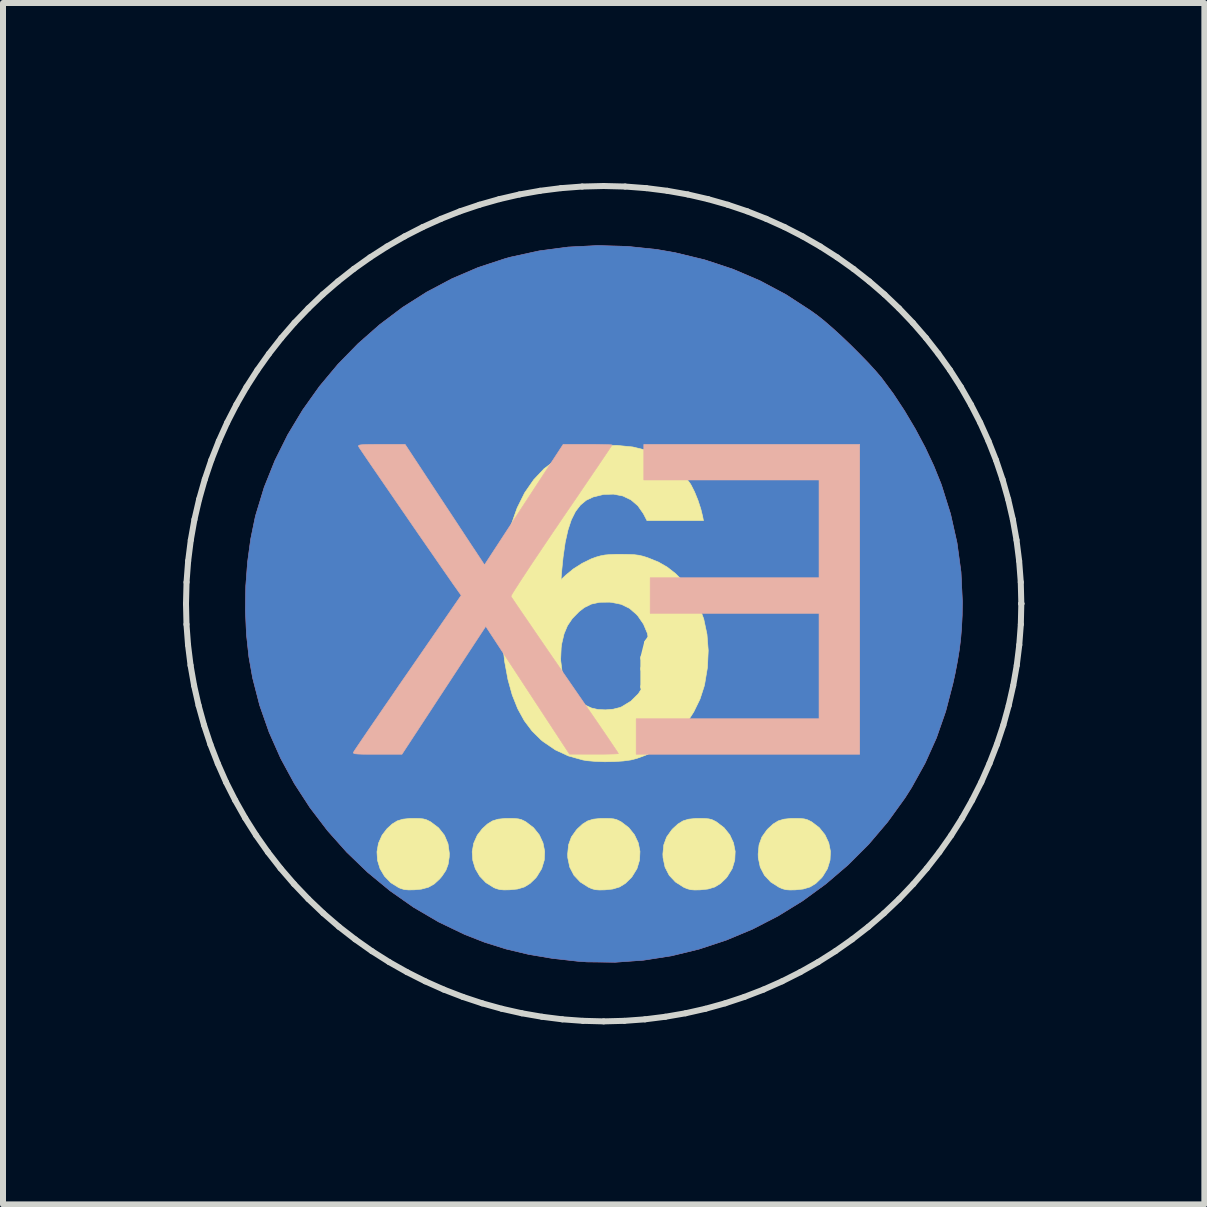
<source format=kicad_pcb>
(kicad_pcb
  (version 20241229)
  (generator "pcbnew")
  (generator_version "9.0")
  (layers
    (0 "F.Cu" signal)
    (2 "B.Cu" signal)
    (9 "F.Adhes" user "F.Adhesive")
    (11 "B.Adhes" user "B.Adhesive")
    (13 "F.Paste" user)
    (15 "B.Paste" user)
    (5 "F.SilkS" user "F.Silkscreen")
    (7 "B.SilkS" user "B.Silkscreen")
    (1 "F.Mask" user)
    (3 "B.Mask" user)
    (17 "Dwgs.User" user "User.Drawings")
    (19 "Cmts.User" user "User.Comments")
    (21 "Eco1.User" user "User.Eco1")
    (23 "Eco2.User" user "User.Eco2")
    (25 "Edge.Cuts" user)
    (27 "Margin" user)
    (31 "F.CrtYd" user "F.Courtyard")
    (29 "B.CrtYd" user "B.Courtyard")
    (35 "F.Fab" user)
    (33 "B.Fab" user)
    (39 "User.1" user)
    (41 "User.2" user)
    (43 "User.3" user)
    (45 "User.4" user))
  (footprint "6"
    (layer "F.Cu")
    (at 8.061 8.061)
    (property "Reference" "6" (at 0 0 0) (layer "F.SilkS") (effects (font (size 1.27 1.27) (thickness 0.15))))
    (attr through_hole)
    (fp_poly (pts (xy -0.654 -7.004) (xy -0.162 -6.952) (xy 0.141 -6.899) (xy 0.632 -6.78) (xy 1.104 -6.624) (xy 1.555 -6.431) (xy 1.988 -6.2) (xy 2.402 -5.931) (xy 2.517 -5.848) (xy 2.632 -5.756) (xy 2.767 -5.639) (xy 2.914 -5.505) (xy 3.067 -5.359) (xy 3.217 -5.209) (xy 3.358 -5.064) (xy 3.482 -4.928) (xy 3.582 -4.811) (xy 3.586 -4.805) (xy 3.776 -4.549) (xy 3.963 -4.265) (xy 4.143 -3.962) (xy 4.308 -3.652) (xy 4.452 -3.345) (xy 4.57 -3.053) (xy 4.58 -3.026) (xy 4.731 -2.544) (xy 4.839 -2.062) (xy 4.905 -1.577) (xy 4.928 -1.09) (xy 4.925 -0.857) (xy 4.915 -0.654) (xy 4.9 -0.468) (xy 4.878 -0.286) (xy 4.847 -0.096) (xy 4.807 0.113) (xy 4.771 0.278) (xy 4.65 0.744) (xy 4.496 1.186) (xy 4.307 1.607) (xy 4.082 2.013) (xy 3.971 2.188) (xy 3.683 2.587) (xy 3.366 2.96) (xy 3.022 3.304) (xy 2.654 3.619) (xy 2.265 3.903) (xy 1.856 4.155) (xy 1.431 4.374) (xy 0.991 4.558) (xy 0.54 4.707) (xy 0.08 4.819) (xy -0.387 4.892) (xy -0.858 4.926) (xy -1.331 4.92) (xy -1.482 4.909) (xy -1.908 4.861) (xy -2.303 4.794) (xy -2.676 4.705) (xy -3.033 4.593) (xy -3.365 4.463) (xy -3.8 4.254) (xy -4.217 4.01) (xy -4.612 3.733) (xy -4.984 3.426) (xy -5.331 3.092) (xy -5.651 2.733) (xy -5.943 2.35) (xy -6.204 1.948) (xy -6.432 1.528) (xy -6.625 1.093) (xy -6.782 0.645) (xy -6.9 0.187) (xy -6.962 -0.162) (xy -7.003 -0.543) (xy -7.02 -0.94) (xy -7.014 -1.343) (xy -6.984 -1.742) (xy -6.932 -2.126) (xy -6.858 -2.485) (xy -6.847 -2.529) (xy -6.707 -2.989) (xy -6.528 -3.435) (xy -6.314 -3.865) (xy -6.066 -4.277) (xy -5.787 -4.669) (xy -5.479 -5.038) (xy -5.143 -5.382) (xy -4.783 -5.699) (xy -4.401 -5.987) (xy -3.997 -6.243) (xy -3.576 -6.466) (xy -3.139 -6.653) (xy -2.688 -6.801) (xy -2.596 -6.826) (xy -2.124 -6.929) (xy -1.64 -6.993) (xy -1.148 -7.018) (xy -0.654 -7.004)) (stroke (width 0.01) (type solid)) (fill yes) (layer "F.Cu"))
    (fp_poly (pts (xy -0.654 -7.004) (xy -0.162 -6.952) (xy 0.141 -6.899) (xy 0.632 -6.78) (xy 1.104 -6.624) (xy 1.555 -6.431) (xy 1.988 -6.2) (xy 2.402 -5.931) (xy 2.517 -5.848) (xy 2.632 -5.756) (xy 2.767 -5.639) (xy 2.914 -5.505) (xy 3.067 -5.359) (xy 3.217 -5.209) (xy 3.358 -5.064) (xy 3.482 -4.928) (xy 3.582 -4.811) (xy 3.586 -4.805) (xy 3.776 -4.549) (xy 3.963 -4.265) (xy 4.143 -3.962) (xy 4.308 -3.652) (xy 4.452 -3.345) (xy 4.57 -3.053) (xy 4.58 -3.026) (xy 4.731 -2.544) (xy 4.839 -2.062) (xy 4.905 -1.577) (xy 4.928 -1.09) (xy 4.925 -0.857) (xy 4.915 -0.654) (xy 4.9 -0.468) (xy 4.878 -0.286) (xy 4.847 -0.096) (xy 4.807 0.113) (xy 4.771 0.278) (xy 4.65 0.744) (xy 4.496 1.186) (xy 4.307 1.607) (xy 4.082 2.013) (xy 3.971 2.188) (xy 3.683 2.587) (xy 3.366 2.96) (xy 3.022 3.304) (xy 2.654 3.619) (xy 2.265 3.903) (xy 1.856 4.155) (xy 1.431 4.374) (xy 0.991 4.558) (xy 0.54 4.707) (xy 0.08 4.819) (xy -0.387 4.892) (xy -0.858 4.926) (xy -1.331 4.92) (xy -1.482 4.909) (xy -1.908 4.861) (xy -2.303 4.794) (xy -2.676 4.705) (xy -3.033 4.593) (xy -3.365 4.463) (xy -3.8 4.254) (xy -4.217 4.01) (xy -4.612 3.733) (xy -4.984 3.426) (xy -5.331 3.092) (xy -5.651 2.733) (xy -5.943 2.35) (xy -6.204 1.948) (xy -6.432 1.528) (xy -6.625 1.093) (xy -6.782 0.645) (xy -6.9 0.187) (xy -6.962 -0.162) (xy -7.003 -0.543) (xy -7.02 -0.94) (xy -7.014 -1.343) (xy -6.984 -1.742) (xy -6.932 -2.126) (xy -6.858 -2.485) (xy -6.847 -2.529) (xy -6.707 -2.989) (xy -6.528 -3.435) (xy -6.314 -3.865) (xy -6.066 -4.277) (xy -5.787 -4.669) (xy -5.479 -5.038) (xy -5.143 -5.382) (xy -4.783 -5.699) (xy -4.401 -5.987) (xy -3.997 -6.243) (xy -3.576 -6.466) (xy -3.139 -6.653) (xy -2.688 -6.801) (xy -2.596 -6.826) (xy -2.124 -6.929) (xy -1.64 -6.993) (xy -1.148 -7.018) (xy -0.654 -7.004)) (stroke (width 0.01) (type solid)) (fill yes) (layer "B.Cu"))
    (fp_poly (pts (xy -2.539 2.531) (xy -2.472 2.537) (xy -2.42 2.55) (xy -2.37 2.574) (xy -2.346 2.587) (xy -2.219 2.684) (xy -2.123 2.803) (xy -2.061 2.937) (xy -2.033 3.079) (xy -2.04 3.225) (xy -2.083 3.367) (xy -2.164 3.499) (xy -2.184 3.524) (xy -2.276 3.613) (xy -2.372 3.672) (xy -2.485 3.706) (xy -2.614 3.719) (xy -2.711 3.721) (xy -2.782 3.715) (xy -2.842 3.698) (xy -2.879 3.683) (xy -3.012 3.6) (xy -3.116 3.492) (xy -3.189 3.367) (xy -3.231 3.229) (xy -3.241 3.086) (xy -3.216 2.944) (xy -3.156 2.809) (xy -3.073 2.702) (xy -2.987 2.623) (xy -2.903 2.571) (xy -2.809 2.542) (xy -2.69 2.53) (xy -2.635 2.53) (xy -2.539 2.531)) (stroke (width 0.01) (type solid)) (fill yes) (layer "F.SilkS"))
    (fp_poly (pts (xy -4.127 2.531) (xy -4.059 2.537) (xy -4.008 2.55) (xy -3.958 2.574) (xy -3.933 2.587) (xy -3.801 2.687) (xy -3.704 2.81) (xy -3.644 2.952) (xy -3.622 3.111) (xy -3.624 3.173) (xy -3.642 3.294) (xy -3.679 3.394) (xy -3.743 3.49) (xy -3.783 3.538) (xy -3.874 3.622) (xy -3.972 3.677) (xy -4.088 3.708) (xy -4.202 3.719) (xy -4.299 3.721) (xy -4.37 3.715) (xy -4.429 3.698) (xy -4.466 3.683) (xy -4.599 3.6) (xy -4.703 3.492) (xy -4.777 3.367) (xy -4.819 3.229) (xy -4.828 3.086) (xy -4.803 2.944) (xy -4.743 2.809) (xy -4.661 2.702) (xy -4.575 2.623) (xy -4.491 2.571) (xy -4.396 2.542) (xy -4.278 2.53) (xy -4.223 2.53) (xy -4.127 2.531)) (stroke (width 0.01) (type solid)) (fill yes) (layer "F.SilkS"))
    (fp_poly (pts (xy -0.952 2.531) (xy -0.884 2.537) (xy -0.833 2.55) (xy -0.783 2.574) (xy -0.758 2.587) (xy -0.631 2.684) (xy -0.536 2.803) (xy -0.473 2.937) (xy -0.445 3.079) (xy -0.452 3.225) (xy -0.495 3.367) (xy -0.576 3.499) (xy -0.597 3.524) (xy -0.689 3.613) (xy -0.785 3.672) (xy -0.898 3.706) (xy -1.027 3.72) (xy -1.12 3.722) (xy -1.188 3.717) (xy -1.246 3.701) (xy -1.302 3.677) (xy -1.44 3.589) (xy -1.545 3.477) (xy -1.615 3.342) (xy -1.648 3.186) (xy -1.65 3.122) (xy -1.635 2.97) (xy -1.588 2.84) (xy -1.505 2.723) (xy -1.486 2.702) (xy -1.4 2.623) (xy -1.316 2.571) (xy -1.221 2.542) (xy -1.103 2.53) (xy -1.048 2.53) (xy -0.952 2.531)) (stroke (width 0.01) (type solid)) (fill yes) (layer "F.SilkS"))
    (fp_poly (pts (xy 0.636 2.531) (xy 0.703 2.537) (xy 0.755 2.55) (xy 0.805 2.574) (xy 0.829 2.587) (xy 0.956 2.684) (xy 1.052 2.803) (xy 1.114 2.937) (xy 1.142 3.079) (xy 1.135 3.225) (xy 1.092 3.367) (xy 1.011 3.499) (xy 0.991 3.524) (xy 0.899 3.613) (xy 0.803 3.672) (xy 0.69 3.706) (xy 0.561 3.72) (xy 0.467 3.722) (xy 0.4 3.717) (xy 0.342 3.701) (xy 0.285 3.677) (xy 0.147 3.589) (xy 0.042 3.477) (xy -0.027 3.342) (xy -0.06 3.186) (xy -0.063 3.122) (xy -0.048 2.97) (xy -0.000322 2.84) (xy 0.083 2.723) (xy 0.102 2.702) (xy 0.188 2.623) (xy 0.272 2.571) (xy 0.366 2.542) (xy 0.485 2.53) (xy 0.54 2.53) (xy 0.636 2.531)) (stroke (width 0.01) (type solid)) (fill yes) (layer "F.SilkS"))
    (fp_poly (pts (xy 2.223 2.531) (xy 2.291 2.537) (xy 2.342 2.55) (xy 2.392 2.574) (xy 2.417 2.587) (xy 2.544 2.684) (xy 2.639 2.803) (xy 2.702 2.937) (xy 2.73 3.079) (xy 2.723 3.225) (xy 2.68 3.367) (xy 2.599 3.499) (xy 2.578 3.524) (xy 2.486 3.613) (xy 2.39 3.672) (xy 2.277 3.706) (xy 2.148 3.72) (xy 2.055 3.722) (xy 1.987 3.717) (xy 1.929 3.701) (xy 1.873 3.677) (xy 1.735 3.589) (xy 1.63 3.477) (xy 1.56 3.342) (xy 1.527 3.186) (xy 1.525 3.122) (xy 1.54 2.97) (xy 1.587 2.84) (xy 1.67 2.723) (xy 1.689 2.702) (xy 1.775 2.623) (xy 1.859 2.571) (xy 1.954 2.542) (xy 2.072 2.53) (xy 2.127 2.53) (xy 2.223 2.531)) (stroke (width 0.01) (type solid)) (fill yes) (layer "F.SilkS"))
    (fp_poly (pts (xy -0.567 -3.662) (xy -0.325 -3.604) (xy -0.106 -3.513) (xy 0.087 -3.39) (xy 0.253 -3.237) (xy 0.391 -3.054) (xy 0.408 -3.026) (xy 0.466 -2.911) (xy 0.522 -2.773) (xy 0.569 -2.629) (xy 0.6 -2.503) (xy 0.613 -2.434) (xy 0.142 -2.434) (xy -0.328 -2.434) (xy -0.389 -2.552) (xy -0.48 -2.682) (xy -0.595 -2.78) (xy -0.731 -2.845) (xy -0.885 -2.875) (xy -1.052 -2.87) (xy -1.228 -2.827) (xy -1.229 -2.826) (xy -1.341 -2.773) (xy -1.437 -2.693) (xy -1.52 -2.585) (xy -1.589 -2.447) (xy -1.645 -2.277) (xy -1.691 -2.071) (xy -1.726 -1.827) (xy -1.747 -1.619) (xy -1.761 -1.45) (xy -1.679 -1.527) (xy -1.556 -1.628) (xy -1.41 -1.721) (xy -1.26 -1.795) (xy -1.176 -1.826) (xy -1.101 -1.847) (xy -1.028 -1.861) (xy -0.945 -1.868) (xy -0.84 -1.872) (xy -0.751 -1.872) (xy -0.631 -1.87) (xy -0.54 -1.866) (xy -0.467 -1.857) (xy -0.4 -1.842) (xy -0.326 -1.819) (xy -0.307 -1.812) (xy -0.136 -1.743) (xy 0.01 -1.659) (xy 0.147 -1.552) (xy 0.26 -1.44) (xy 0.411 -1.25) (xy 0.53 -1.033) (xy 0.618 -0.795) (xy 0.672 -0.539) (xy 0.693 -0.269) (xy 0.68 0.012) (xy 0.632 0.3) (xy 0.624 0.331) (xy 0.555 0.543) (xy 0.452 0.754) (xy 0.322 0.956) (xy 0.173 1.135) (xy 0.053 1.248) (xy -0.061 1.328) (xy -0.201 1.407) (xy -0.353 1.477) (xy -0.502 1.531) (xy -0.597 1.555) (xy -0.721 1.572) (xy -0.871 1.582) (xy -1.031 1.585) (xy -1.189 1.579) (xy -1.328 1.567) (xy -1.397 1.555) (xy -1.638 1.488) (xy -1.856 1.387) (xy -2.057 1.25) (xy -2.093 1.221) (xy -2.243 1.073) (xy -2.373 0.9) (xy -2.482 0.702) (xy -2.573 0.474) (xy -2.645 0.215) (xy -2.699 -0.078) (xy -2.703 -0.112) (xy -1.767 -0.112) (xy -1.743 0.079) (xy -1.689 0.255) (xy -1.606 0.409) (xy -1.497 0.538) (xy -1.364 0.638) (xy -1.251 0.69) (xy -1.145 0.714) (xy -1.019 0.72) (xy -0.891 0.709) (xy -0.779 0.681) (xy -0.75 0.669) (xy -0.596 0.575) (xy -0.471 0.451) (xy -0.376 0.299) (xy -0.311 0.121) (xy -0.279 -0.081) (xy -0.275 -0.187) (xy -0.287 -0.388) (xy -0.323 -0.56) (xy -0.386 -0.709) (xy -0.478 -0.843) (xy -0.502 -0.87) (xy -0.619 -0.972) (xy -0.757 -1.039) (xy -0.919 -1.072) (xy -0.954 -1.075) (xy -1.116 -1.073) (xy -1.252 -1.044) (xy -1.371 -0.986) (xy -1.46 -0.917) (xy -1.572 -0.803) (xy -1.653 -0.683) (xy -1.71 -0.547) (xy -1.748 -0.386) (xy -1.758 -0.315) (xy -1.767 -0.112) (xy -2.703 -0.112) (xy -2.738 -0.407) (xy -2.751 -0.591) (xy -2.762 -0.921) (xy -2.755 -1.253) (xy -2.732 -1.578) (xy -2.694 -1.887) (xy -2.641 -2.172) (xy -2.593 -2.36) (xy -2.492 -2.645) (xy -2.367 -2.897) (xy -2.217 -3.114) (xy -2.044 -3.298) (xy -1.847 -3.447) (xy -1.627 -3.56) (xy -1.384 -3.638) (xy -1.12 -3.68) (xy -1.116 -3.681) (xy -0.832 -3.688) (xy -0.567 -3.662)) (stroke (width 0.01) (type solid)) (fill yes) (layer "F.SilkS"))
    (fp_poly (pts (xy 3.217 1.46) (xy -0.508 1.46) (xy -0.508 0.868) (xy 2.54 0.868) (xy 2.54 -0.889) (xy -0.275 -0.889) (xy -0.275 -1.482) (xy 2.54 -1.482) (xy 2.54 -3.111) (xy -0.381 -3.111) (xy -0.381 -3.704) (xy 3.217 -3.704) (xy 3.217 1.46)) (stroke (width 0.01) (type solid)) (fill yes) (layer "B.SilkS"))
    (fp_poly (pts (xy -3.882 -2.979) (xy -3.77 -2.809) (xy -3.657 -2.638) (xy -3.548 -2.473) (xy -3.447 -2.319) (xy -3.357 -2.182) (xy -3.282 -2.068) (xy -3.226 -1.983) (xy -3.22 -1.975) (xy -3.036 -1.696) (xy -2.381 -2.7) (xy -1.725 -3.704) (xy -1.318 -3.704) (xy -1.192 -3.704) (xy -1.081 -3.702) (xy -0.993 -3.7) (xy -0.934 -3.698) (xy -0.91 -3.695) (xy -0.91 -3.695) (xy -0.922 -3.676) (xy -0.955 -3.626) (xy -1.009 -3.545) (xy -1.081 -3.439) (xy -1.169 -3.308) (xy -1.272 -3.157) (xy -1.387 -2.988) (xy -1.512 -2.803) (xy -1.647 -2.606) (xy -1.758 -2.443) (xy -1.898 -2.237) (xy -2.03 -2.041) (xy -2.153 -1.858) (xy -2.265 -1.691) (xy -2.363 -1.542) (xy -2.447 -1.414) (xy -2.514 -1.31) (xy -2.562 -1.234) (xy -2.589 -1.187) (xy -2.595 -1.173) (xy -2.582 -1.152) (xy -2.546 -1.098) (xy -2.49 -1.015) (xy -2.416 -0.906) (xy -2.325 -0.774) (xy -2.22 -0.62) (xy -2.102 -0.448) (xy -1.974 -0.261) (xy -1.836 -0.061) (xy -1.695 0.144) (xy -1.551 0.353) (xy -1.414 0.552) (xy -1.286 0.738) (xy -1.169 0.908) (xy -1.065 1.06) (xy -0.976 1.191) (xy -0.904 1.298) (xy -0.85 1.378) (xy -0.816 1.429) (xy -0.804 1.448) (xy -0.824 1.452) (xy -0.88 1.455) (xy -0.966 1.457) (xy -1.074 1.459) (xy -1.199 1.459) (xy -1.212 1.459) (xy -1.619 1.458) (xy -2.317 0.393) (xy -3.015 -0.672) (xy -3.281 -0.267) (xy -3.358 -0.15) (xy -3.453 -0.004) (xy -3.561 0.161) (xy -3.677 0.338) (xy -3.796 0.519) (xy -3.912 0.697) (xy -3.979 0.799) (xy -4.412 1.46) (xy -4.822 1.46) (xy -4.965 1.46) (xy -5.07 1.459) (xy -5.143 1.456) (xy -5.189 1.452) (xy -5.214 1.445) (xy -5.222 1.435) (xy -5.22 1.429) (xy -5.207 1.406) (xy -5.171 1.352) (xy -5.115 1.269) (xy -5.04 1.159) (xy -4.949 1.025) (xy -4.843 0.871) (xy -4.725 0.698) (xy -4.596 0.511) (xy -4.459 0.31) (xy -4.316 0.104) (xy -3.424 -1.189) (xy -3.465 -1.245) (xy -3.498 -1.292) (xy -3.551 -1.366) (xy -3.62 -1.466) (xy -3.705 -1.588) (xy -3.802 -1.728) (xy -3.909 -1.883) (xy -4.024 -2.049) (xy -4.144 -2.222) (xy -4.267 -2.401) (xy -4.39 -2.58) (xy -4.512 -2.757) (xy -4.629 -2.928) (xy -4.74 -3.089) (xy -4.842 -3.238) (xy -4.933 -3.37) (xy -5.009 -3.482) (xy -5.07 -3.572) (xy -5.112 -3.634) (xy -5.133 -3.667) (xy -5.135 -3.67) (xy -5.136 -3.682) (xy -5.124 -3.691) (xy -5.095 -3.697) (xy -5.043 -3.701) (xy -4.963 -3.703) (xy -4.849 -3.704) (xy -4.753 -3.704) (xy -4.359 -3.704) (xy -3.882 -2.979)) (stroke (width 0.01) (type solid)) (fill yes) (layer "B.SilkS"))
    (fp_line (start -8.011 -1.05) (end -8.002 -1.408) (stroke (width 0.1) (type solid)) (layer "Edge.Cuts"))
    (fp_line (start -8.003 -0.705) (end -8.011 -1.05) (stroke (width 0.1) (type solid)) (layer "Edge.Cuts"))
    (fp_line (start -8.002 -1.408) (end -7.975 -1.762) (stroke (width 0.1) (type solid)) (layer "Edge.Cuts"))
    (fp_line (start -7.977 -0.362) (end -8.003 -0.705) (stroke (width 0.1) (type solid)) (layer "Edge.Cuts"))
    (fp_line (start -7.975 -1.762) (end -7.931 -2.11) (stroke (width 0.1) (type solid)) (layer "Edge.Cuts"))
    (fp_line (start -7.935 -0.022) (end -7.977 -0.362) (stroke (width 0.1) (type solid)) (layer "Edge.Cuts"))
    (fp_line (start -7.931 -2.11) (end -7.87 -2.453) (stroke (width 0.1) (type solid)) (layer "Edge.Cuts"))
    (fp_line (start -7.876 0.315) (end -7.935 -0.022) (stroke (width 0.1) (type solid)) (layer "Edge.Cuts"))
    (fp_line (start -7.87 -2.453) (end -7.792 -2.789) (stroke (width 0.1) (type solid)) (layer "Edge.Cuts"))
    (fp_line (start -7.801 0.647) (end -7.876 0.315) (stroke (width 0.1) (type solid)) (layer "Edge.Cuts"))
    (fp_line (start -7.792 -2.789) (end -7.698 -3.12) (stroke (width 0.1) (type solid)) (layer "Edge.Cuts"))
    (fp_line (start -7.71 0.975) (end -7.801 0.647) (stroke (width 0.1) (type solid)) (layer "Edge.Cuts"))
    (fp_line (start -7.698 -3.12) (end -7.589 -3.443) (stroke (width 0.1) (type solid)) (layer "Edge.Cuts"))
    (fp_line (start -7.604 1.297) (end -7.71 0.975) (stroke (width 0.1) (type solid)) (layer "Edge.Cuts"))
    (fp_line (start -7.589 -3.443) (end -7.464 -3.759) (stroke (width 0.1) (type solid)) (layer "Edge.Cuts"))
    (fp_line (start -7.481 1.614) (end -7.604 1.297) (stroke (width 0.1) (type solid)) (layer "Edge.Cuts"))
    (fp_line (start -7.464 -3.759) (end -7.325 -4.068) (stroke (width 0.1) (type solid)) (layer "Edge.Cuts"))
    (fp_line (start -7.344 1.925) (end -7.481 1.614) (stroke (width 0.1) (type solid)) (layer "Edge.Cuts"))
    (fp_line (start -7.325 -4.068) (end -7.171 -4.368) (stroke (width 0.1) (type solid)) (layer "Edge.Cuts"))
    (fp_line (start -7.191 2.228) (end -7.344 1.925) (stroke (width 0.1) (type solid)) (layer "Edge.Cuts"))
    (fp_line (start -7.171 -4.368) (end -7.003 -4.66) (stroke (width 0.1) (type solid)) (layer "Edge.Cuts"))
    (fp_line (start -7.024 2.524) (end -7.191 2.228) (stroke (width 0.1) (type solid)) (layer "Edge.Cuts"))
    (fp_line (start -7.003 -4.66) (end -6.822 -4.942) (stroke (width 0.1) (type solid)) (layer "Edge.Cuts"))
    (fp_line (start -6.842 2.812) (end -7.024 2.524) (stroke (width 0.1) (type solid)) (layer "Edge.Cuts"))
    (fp_line (start -6.822 -4.942) (end -6.628 -5.215) (stroke (width 0.1) (type solid)) (layer "Edge.Cuts"))
    (fp_line (start -6.645 3.092) (end -6.842 2.812) (stroke (width 0.1) (type solid)) (layer "Edge.Cuts"))
    (fp_line (start -6.628 -5.215) (end -6.422 -5.478) (stroke (width 0.1) (type solid)) (layer "Edge.Cuts"))
    (fp_line (start -6.435 3.362) (end -6.645 3.092) (stroke (width 0.1) (type solid)) (layer "Edge.Cuts"))
    (fp_line (start -6.422 -5.478) (end -6.203 -5.731) (stroke (width 0.1) (type solid)) (layer "Edge.Cuts"))
    (fp_line (start -6.21 3.623) (end -6.435 3.362) (stroke (width 0.1) (type solid)) (layer "Edge.Cuts"))
    (fp_line (start -6.203 -5.731) (end -5.972 -5.972) (stroke (width 0.1) (type solid)) (layer "Edge.Cuts"))
    (fp_line (start -5.972 -5.972) (end -5.731 -6.203) (stroke (width 0.1) (type solid)) (layer "Edge.Cuts"))
    (fp_line (start -5.972 3.873) (end -6.21 3.623) (stroke (width 0.1) (type solid)) (layer "Edge.Cuts"))
    (fp_line (start -5.731 -6.203) (end -5.478 -6.421) (stroke (width 0.1) (type solid)) (layer "Edge.Cuts"))
    (fp_line (start -5.722 4.111) (end -5.972 3.873) (stroke (width 0.1) (type solid)) (layer "Edge.Cuts"))
    (fp_line (start -5.478 -6.421) (end -5.215 -6.628) (stroke (width 0.1) (type solid)) (layer "Edge.Cuts"))
    (fp_line (start -5.462 4.335) (end -5.722 4.111) (stroke (width 0.1) (type solid)) (layer "Edge.Cuts"))
    (fp_line (start -5.215 -6.628) (end -4.942 -6.822) (stroke (width 0.1) (type solid)) (layer "Edge.Cuts"))
    (fp_line (start -5.191 4.545) (end -5.462 4.335) (stroke (width 0.1) (type solid)) (layer "Edge.Cuts"))
    (fp_line (start -4.942 -6.822) (end -4.66 -7.003) (stroke (width 0.1) (type solid)) (layer "Edge.Cuts"))
    (fp_line (start -4.912 4.742) (end -5.191 4.545) (stroke (width 0.1) (type solid)) (layer "Edge.Cuts"))
    (fp_line (start -4.66 -7.003) (end -4.368 -7.171) (stroke (width 0.1) (type solid)) (layer "Edge.Cuts"))
    (fp_line (start -4.624 4.924) (end -4.912 4.742) (stroke (width 0.1) (type solid)) (layer "Edge.Cuts"))
    (fp_line (start -4.368 -7.171) (end -4.068 -7.325) (stroke (width 0.1) (type solid)) (layer "Edge.Cuts"))
    (fp_line (start -4.328 5.091) (end -4.624 4.924) (stroke (width 0.1) (type solid)) (layer "Edge.Cuts"))
    (fp_line (start -4.068 -7.325) (end -3.76 -7.464) (stroke (width 0.1) (type solid)) (layer "Edge.Cuts"))
    (fp_line (start -4.024 5.244) (end -4.328 5.091) (stroke (width 0.1) (type solid)) (layer "Edge.Cuts"))
    (fp_line (start -3.76 -7.464) (end -3.444 -7.589) (stroke (width 0.1) (type solid)) (layer "Edge.Cuts"))
    (fp_line (start -3.714 5.382) (end -4.024 5.244) (stroke (width 0.1) (type solid)) (layer "Edge.Cuts"))
    (fp_line (start -3.444 -7.589) (end -3.12 -7.698) (stroke (width 0.1) (type solid)) (layer "Edge.Cuts"))
    (fp_line (start -3.397 5.504) (end -3.714 5.382) (stroke (width 0.1) (type solid)) (layer "Edge.Cuts"))
    (fp_line (start -3.12 -7.698) (end -2.79 -7.792) (stroke (width 0.1) (type solid)) (layer "Edge.Cuts"))
    (fp_line (start -3.075 5.611) (end -3.397 5.504) (stroke (width 0.1) (type solid)) (layer "Edge.Cuts"))
    (fp_line (start -2.79 -7.792) (end -2.453 -7.87) (stroke (width 0.1) (type solid)) (layer "Edge.Cuts"))
    (fp_line (start -2.747 5.702) (end -3.075 5.611) (stroke (width 0.1) (type solid)) (layer "Edge.Cuts"))
    (fp_line (start -2.453 -7.87) (end -2.11 -7.931) (stroke (width 0.1) (type solid)) (layer "Edge.Cuts"))
    (fp_line (start -2.414 5.777) (end -2.747 5.702) (stroke (width 0.1) (type solid)) (layer "Edge.Cuts"))
    (fp_line (start -2.11 -7.931) (end -1.762 -7.975) (stroke (width 0.1) (type solid)) (layer "Edge.Cuts"))
    (fp_line (start -2.078 5.835) (end -2.414 5.777) (stroke (width 0.1) (type solid)) (layer "Edge.Cuts"))
    (fp_line (start -1.762 -7.975) (end -1.408 -8.002) (stroke (width 0.1) (type solid)) (layer "Edge.Cuts"))
    (fp_line (start -1.738 5.878) (end -2.078 5.835) (stroke (width 0.1) (type solid)) (layer "Edge.Cuts"))
    (fp_line (start -1.408 -8.002) (end -1.05 -8.011) (stroke (width 0.1) (type solid)) (layer "Edge.Cuts"))
    (fp_line (start -1.395 5.903) (end -1.738 5.878) (stroke (width 0.1) (type solid)) (layer "Edge.Cuts"))
    (fp_line (start -1.05 -8.011) (end -0.692 -8.002) (stroke (width 0.1) (type solid)) (layer "Edge.Cuts"))
    (fp_line (start -1.05 5.912) (end -1.395 5.903) (stroke (width 0.1) (type solid)) (layer "Edge.Cuts"))
    (fp_line (start -0.705 5.903) (end -1.05 5.912) (stroke (width 0.1) (type solid)) (layer "Edge.Cuts"))
    (fp_line (start -0.692 -8.002) (end -0.338 -7.975) (stroke (width 0.1) (type solid)) (layer "Edge.Cuts"))
    (fp_line (start -0.362 5.878) (end -0.705 5.903) (stroke (width 0.1) (type solid)) (layer "Edge.Cuts"))
    (fp_line (start -0.338 -7.975) (end 0.01 -7.931) (stroke (width 0.1) (type solid)) (layer "Edge.Cuts"))
    (fp_line (start -0.022 5.835) (end -0.362 5.878) (stroke (width 0.1) (type solid)) (layer "Edge.Cuts"))
    (fp_line (start 0.01 -7.931) (end 0.353 -7.87) (stroke (width 0.1) (type solid)) (layer "Edge.Cuts"))
    (fp_line (start 0.315 5.777) (end -0.022 5.835) (stroke (width 0.1) (type solid)) (layer "Edge.Cuts"))
    (fp_line (start 0.353 -7.87) (end 0.69 -7.792) (stroke (width 0.1) (type solid)) (layer "Edge.Cuts"))
    (fp_line (start 0.647 5.702) (end 0.315 5.777) (stroke (width 0.1) (type solid)) (layer "Edge.Cuts"))
    (fp_line (start 0.69 -7.792) (end 1.02 -7.698) (stroke (width 0.1) (type solid)) (layer "Edge.Cuts"))
    (fp_line (start 0.975 5.611) (end 0.647 5.702) (stroke (width 0.1) (type solid)) (layer "Edge.Cuts"))
    (fp_line (start 1.02 -7.698) (end 1.344 -7.589) (stroke (width 0.1) (type solid)) (layer "Edge.Cuts"))
    (fp_line (start 1.297 5.504) (end 0.975 5.611) (stroke (width 0.1) (type solid)) (layer "Edge.Cuts"))
    (fp_line (start 1.344 -7.589) (end 1.66 -7.464) (stroke (width 0.1) (type solid)) (layer "Edge.Cuts"))
    (fp_line (start 1.614 5.382) (end 1.297 5.504) (stroke (width 0.1) (type solid)) (layer "Edge.Cuts"))
    (fp_line (start 1.66 -7.464) (end 1.968 -7.325) (stroke (width 0.1) (type solid)) (layer "Edge.Cuts"))
    (fp_line (start 1.925 5.244) (end 1.614 5.382) (stroke (width 0.1) (type solid)) (layer "Edge.Cuts"))
    (fp_line (start 1.968 -7.325) (end 2.268 -7.171) (stroke (width 0.1) (type solid)) (layer "Edge.Cuts"))
    (fp_line (start 2.228 5.091) (end 1.925 5.244) (stroke (width 0.1) (type solid)) (layer "Edge.Cuts"))
    (fp_line (start 2.268 -7.171) (end 2.56 -7.003) (stroke (width 0.1) (type solid)) (layer "Edge.Cuts"))
    (fp_line (start 2.524 4.924) (end 2.228 5.091) (stroke (width 0.1) (type solid)) (layer "Edge.Cuts"))
    (fp_line (start 2.56 -7.003) (end 2.842 -6.822) (stroke (width 0.1) (type solid)) (layer "Edge.Cuts"))
    (fp_line (start 2.812 4.742) (end 2.524 4.924) (stroke (width 0.1) (type solid)) (layer "Edge.Cuts"))
    (fp_line (start 2.842 -6.822) (end 3.115 -6.628) (stroke (width 0.1) (type solid)) (layer "Edge.Cuts"))
    (fp_line (start 3.092 4.545) (end 2.812 4.742) (stroke (width 0.1) (type solid)) (layer "Edge.Cuts"))
    (fp_line (start 3.115 -6.628) (end 3.378 -6.421) (stroke (width 0.1) (type solid)) (layer "Edge.Cuts"))
    (fp_line (start 3.362 4.335) (end 3.092 4.545) (stroke (width 0.1) (type solid)) (layer "Edge.Cuts"))
    (fp_line (start 3.378 -6.421) (end 3.631 -6.203) (stroke (width 0.1) (type solid)) (layer "Edge.Cuts"))
    (fp_line (start 3.622 4.111) (end 3.362 4.335) (stroke (width 0.1) (type solid)) (layer "Edge.Cuts"))
    (fp_line (start 3.631 -6.203) (end 3.873 -5.972) (stroke (width 0.1) (type solid)) (layer "Edge.Cuts"))
    (fp_line (start 3.873 -5.972) (end 4.103 -5.731) (stroke (width 0.1) (type solid)) (layer "Edge.Cuts"))
    (fp_line (start 3.873 3.873) (end 3.622 4.111) (stroke (width 0.1) (type solid)) (layer "Edge.Cuts"))
    (fp_line (start 4.103 -5.731) (end 4.322 -5.478) (stroke (width 0.1) (type solid)) (layer "Edge.Cuts"))
    (fp_line (start 4.111 3.623) (end 3.873 3.873) (stroke (width 0.1) (type solid)) (layer "Edge.Cuts"))
    (fp_line (start 4.322 -5.478) (end 4.528 -5.215) (stroke (width 0.1) (type solid)) (layer "Edge.Cuts"))
    (fp_line (start 4.335 3.362) (end 4.111 3.623) (stroke (width 0.1) (type solid)) (layer "Edge.Cuts"))
    (fp_line (start 4.528 -5.215) (end 4.723 -4.942) (stroke (width 0.1) (type solid)) (layer "Edge.Cuts"))
    (fp_line (start 4.545 3.092) (end 4.335 3.362) (stroke (width 0.1) (type solid)) (layer "Edge.Cuts"))
    (fp_line (start 4.723 -4.942) (end 4.904 -4.66) (stroke (width 0.1) (type solid)) (layer "Edge.Cuts"))
    (fp_line (start 4.742 2.812) (end 4.545 3.092) (stroke (width 0.1) (type solid)) (layer "Edge.Cuts"))
    (fp_line (start 4.904 -4.66) (end 5.071 -4.368) (stroke (width 0.1) (type solid)) (layer "Edge.Cuts"))
    (fp_line (start 4.924 2.524) (end 4.742 2.812) (stroke (width 0.1) (type solid)) (layer "Edge.Cuts"))
    (fp_line (start 5.071 -4.368) (end 5.225 -4.068) (stroke (width 0.1) (type solid)) (layer "Edge.Cuts"))
    (fp_line (start 5.091 2.228) (end 4.924 2.524) (stroke (width 0.1) (type solid)) (layer "Edge.Cuts"))
    (fp_line (start 5.225 -4.068) (end 5.364 -3.759) (stroke (width 0.1) (type solid)) (layer "Edge.Cuts"))
    (fp_line (start 5.244 1.925) (end 5.091 2.228) (stroke (width 0.1) (type solid)) (layer "Edge.Cuts"))
    (fp_line (start 5.364 -3.759) (end 5.489 -3.443) (stroke (width 0.1) (type solid)) (layer "Edge.Cuts"))
    (fp_line (start 5.381 1.614) (end 5.244 1.925) (stroke (width 0.1) (type solid)) (layer "Edge.Cuts"))
    (fp_line (start 5.489 -3.443) (end 5.598 -3.12) (stroke (width 0.1) (type solid)) (layer "Edge.Cuts"))
    (fp_line (start 5.504 1.297) (end 5.381 1.614) (stroke (width 0.1) (type solid)) (layer "Edge.Cuts"))
    (fp_line (start 5.598 -3.12) (end 5.692 -2.789) (stroke (width 0.1) (type solid)) (layer "Edge.Cuts"))
    (fp_line (start 5.611 0.975) (end 5.504 1.297) (stroke (width 0.1) (type solid)) (layer "Edge.Cuts"))
    (fp_line (start 5.692 -2.789) (end 5.77 -2.453) (stroke (width 0.1) (type solid)) (layer "Edge.Cuts"))
    (fp_line (start 5.701 0.647) (end 5.611 0.975) (stroke (width 0.1) (type solid)) (layer "Edge.Cuts"))
    (fp_line (start 5.77 -2.453) (end 5.831 -2.11) (stroke (width 0.1) (type solid)) (layer "Edge.Cuts"))
    (fp_line (start 5.776 0.315) (end 5.701 0.647) (stroke (width 0.1) (type solid)) (layer "Edge.Cuts"))
    (fp_line (start 5.831 -2.11) (end 5.875 -1.762) (stroke (width 0.1) (type solid)) (layer "Edge.Cuts"))
    (fp_line (start 5.835 -0.022) (end 5.776 0.315) (stroke (width 0.1) (type solid)) (layer "Edge.Cuts"))
    (fp_line (start 5.875 -1.762) (end 5.902 -1.408) (stroke (width 0.1) (type solid)) (layer "Edge.Cuts"))
    (fp_line (start 5.877 -0.362) (end 5.835 -0.022) (stroke (width 0.1) (type solid)) (layer "Edge.Cuts"))
    (fp_line (start 5.902 -1.408) (end 5.911 -1.05) (stroke (width 0.1) (type solid)) (layer "Edge.Cuts"))
    (fp_line (start 5.903 -0.705) (end 5.877 -0.362) (stroke (width 0.1) (type solid)) (layer "Edge.Cuts"))
    (fp_line (start 5.911 -1.05) (end 5.903 -0.705) (stroke (width 0.1) (type solid)) (layer "Edge.Cuts"))
    (fp_line (start 5.911 -1.05) (end 5.911 -1.05) (stroke (width 0.1) (type solid)) (layer "Edge.Cuts"))
    (fp_line (start 5.911 -1.05) (end 5.911 -1.05) (stroke (width 0.1) (type solid)) (layer "Edge.Cuts")))
  (gr_rect
    (start -3 -3)
    (end 17.023 17.023)
    (stroke (width 0.1) (type default))
    (fill no)
    (layer "Edge.Cuts")))
</source>
